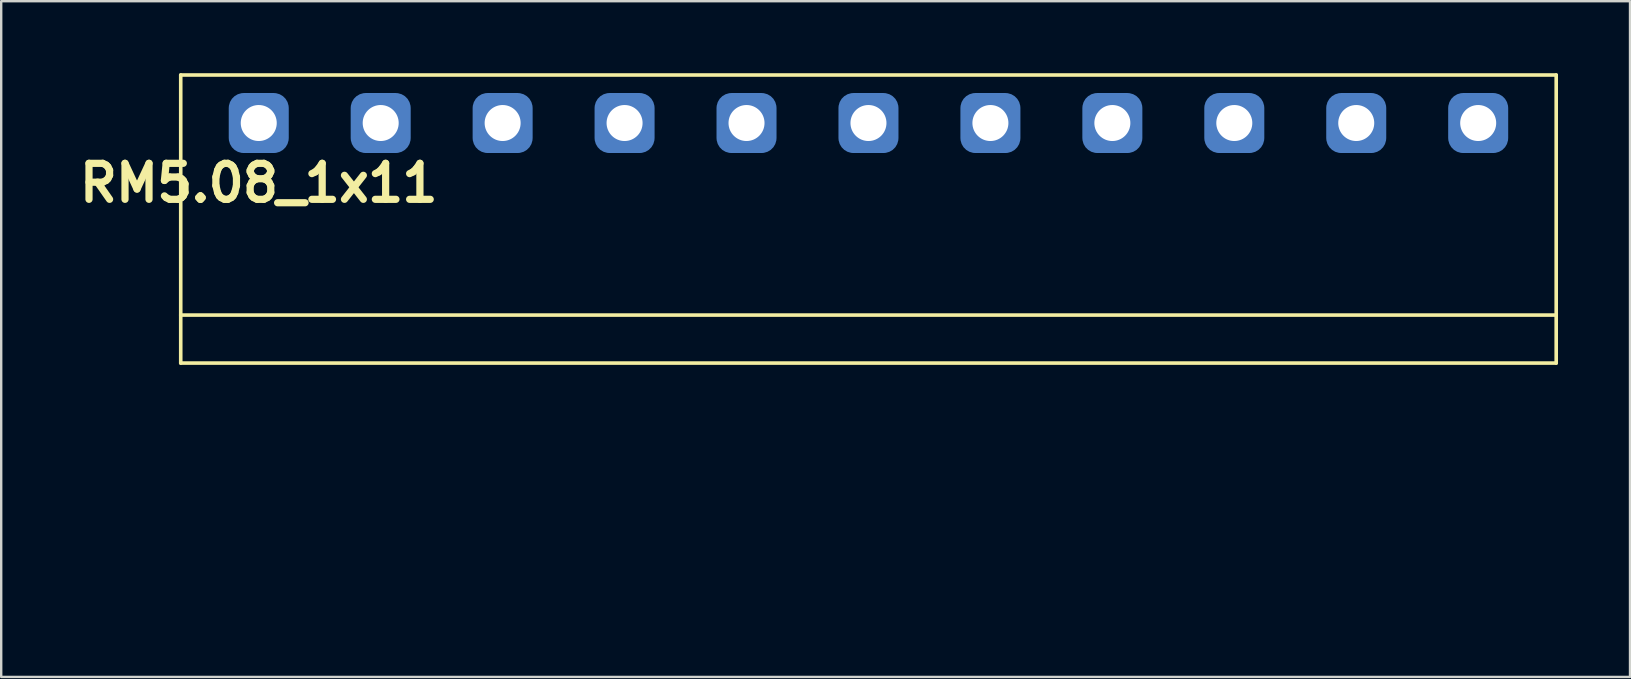
<source format=kicad_pcb>
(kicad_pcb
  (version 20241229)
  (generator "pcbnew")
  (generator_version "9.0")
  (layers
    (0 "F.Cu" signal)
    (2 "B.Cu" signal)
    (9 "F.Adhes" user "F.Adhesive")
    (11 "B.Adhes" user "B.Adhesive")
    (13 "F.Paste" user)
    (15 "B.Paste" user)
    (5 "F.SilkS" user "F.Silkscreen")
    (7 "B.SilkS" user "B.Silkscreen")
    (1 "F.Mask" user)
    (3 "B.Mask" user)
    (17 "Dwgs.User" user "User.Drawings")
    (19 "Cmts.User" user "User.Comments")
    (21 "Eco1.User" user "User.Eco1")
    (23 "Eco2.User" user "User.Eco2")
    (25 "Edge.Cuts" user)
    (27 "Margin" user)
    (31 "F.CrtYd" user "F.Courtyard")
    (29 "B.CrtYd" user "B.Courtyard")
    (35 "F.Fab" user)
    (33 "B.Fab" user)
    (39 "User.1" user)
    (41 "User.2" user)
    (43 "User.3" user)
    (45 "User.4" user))
  (footprint "RM5.08_1x11"
    (layer "F.Cu")
    (at 7.729 2.075)
    (property "Reference" "RM5.08_1x11" (at 0 2.5 0) (layer "F.SilkS") (effects (font (size 1.5 1.5) (thickness 0.3))))
    (attr through_hole)
    (fp_line (start -3.25 -2) (end 54.05 -2) (stroke (width 0.15) (type solid)) (layer "F.SilkS"))
    (fp_line (start -3.25 8) (end 54.05 8) (stroke (width 0.15) (type solid)) (layer "F.SilkS"))
    (fp_line (start -3.25 10) (end -3.25 -2) (stroke (width 0.15) (type solid)) (layer "F.SilkS"))
    (fp_line (start -3.25 10) (end 54.05 10) (stroke (width 0.15) (type solid)) (layer "F.SilkS"))
    (fp_line (start 54.05 10) (end 54.05 -2) (stroke (width 0.15) (type solid)) (layer "F.SilkS"))
    (fp_line (start -2.54 20) (end -2.54 10) (stroke (width 0.15) (type solid)) (layer "Margin"))
    (fp_line (start -2.54 20) (end 53.34 20) (stroke (width 0.15) (type solid)) (layer "Margin"))
    (fp_line (start -1.5 14) (end 1.5 14) (stroke (width 0.15) (type solid)) (layer "Margin"))
    (fp_line (start 3.58 14) (end 6.58 14) (stroke (width 0.15) (type solid)) (layer "Margin"))
    (fp_line (start 8.66 14) (end 11.66 14) (stroke (width 0.15) (type solid)) (layer "Margin"))
    (fp_line (start 13.74 14) (end 16.74 14) (stroke (width 0.15) (type solid)) (layer "Margin"))
    (fp_line (start 18.82 14) (end 21.82 14) (stroke (width 0.15) (type solid)) (layer "Margin"))
    (fp_line (start 23.9 14) (end 26.9 14) (stroke (width 0.15) (type solid)) (layer "Margin"))
    (fp_line (start 28.98 14) (end 31.98 14) (stroke (width 0.15) (type solid)) (layer "Margin"))
    (fp_line (start 34.06 14) (end 37.06 14) (stroke (width 0.15) (type solid)) (layer "Margin"))
    (fp_line (start 39.14 14) (end 42.14 14) (stroke (width 0.15) (type solid)) (layer "Margin"))
    (fp_line (start 44.22 14) (end 47.22 14) (stroke (width 0.15) (type solid)) (layer "Margin"))
    (fp_line (start 49.3 14) (end 52.3 14) (stroke (width 0.15) (type solid)) (layer "Margin"))
    (fp_line (start 53.34 20) (end 53.34 10) (stroke (width 0.15) (type solid)) (layer "Margin"))
    (fp_circle (center 0 14) (end 0 12.5) (stroke (width 0.15) (type solid)) (fill no) (layer "Margin"))
    (fp_circle (center 5.08 14) (end 5.08 12.5) (stroke (width 0.15) (type solid)) (fill no) (layer "Margin"))
    (fp_circle (center 10.16 14) (end 10.16 12.5) (stroke (width 0.15) (type solid)) (fill no) (layer "Margin"))
    (fp_circle (center 15.24 14) (end 15.24 12.5) (stroke (width 0.15) (type solid)) (fill no) (layer "Margin"))
    (fp_circle (center 20.32 14) (end 20.32 12.5) (stroke (width 0.15) (type solid)) (fill no) (layer "Margin"))
    (fp_circle (center 25.4 14) (end 25.4 12.5) (stroke (width 0.15) (type solid)) (fill no) (layer "Margin"))
    (fp_circle (center 30.48 14) (end 30.48 12.5) (stroke (width 0.15) (type solid)) (fill no) (layer "Margin"))
    (fp_circle (center 35.56 14) (end 35.56 12.5) (stroke (width 0.15) (type solid)) (fill no) (layer "Margin"))
    (fp_circle (center 40.64 14) (end 40.64 12.5) (stroke (width 0.15) (type solid)) (fill no) (layer "Margin"))
    (fp_circle (center 45.72 14) (end 45.72 12.5) (stroke (width 0.15) (type solid)) (fill no) (layer "Margin"))
    (fp_circle (center 50.8 14) (end 50.8 12.5) (stroke (width 0.15) (type solid)) (fill no) (layer "Margin"))
    (pad "1" thru_hole circle (at 0 0) (size 1.8 1.8) (drill 1.5) (layers "*.Cu" "*.Mask"))
    (pad "1" smd roundrect (at 0 0) (size 2.5 2.5) (layers "B.Cu" "B.Mask") (roundrect_rratio 0.25))
    (pad "2" thru_hole circle (at 5.08 0) (size 1.8 1.8) (drill 1.5) (layers "*.Cu" "*.Mask"))
    (pad "2" smd roundrect (at 5.08 0) (size 2.5 2.5) (layers "B.Cu" "B.Mask") (roundrect_rratio 0.25))
    (pad "3" thru_hole circle (at 10.16 0) (size 1.8 1.8) (drill 1.5) (layers "*.Cu" "*.Mask"))
    (pad "3" smd roundrect (at 10.16 0) (size 2.5 2.5) (layers "B.Cu" "B.Mask") (roundrect_rratio 0.25))
    (pad "4" thru_hole circle (at 15.24 0) (size 1.8 1.8) (drill 1.5) (layers "*.Cu" "*.Mask"))
    (pad "4" smd roundrect (at 15.24 0) (size 2.5 2.5) (layers "B.Cu" "B.Mask") (roundrect_rratio 0.25))
    (pad "5" thru_hole circle (at 20.32 0) (size 1.8 1.8) (drill 1.5) (layers "*.Cu" "*.Mask"))
    (pad "5" smd roundrect (at 20.32 0) (size 2.5 2.5) (layers "B.Cu" "B.Mask") (roundrect_rratio 0.25))
    (pad "6" thru_hole circle (at 25.4 0) (size 1.8 1.8) (drill 1.5) (layers "*.Cu" "*.Mask"))
    (pad "6" smd roundrect (at 25.4 0) (size 2.5 2.5) (layers "B.Cu" "B.Mask") (roundrect_rratio 0.25))
    (pad "7" thru_hole circle (at 30.48 0) (size 1.8 1.8) (drill 1.5) (layers "*.Cu" "*.Mask"))
    (pad "7" smd roundrect (at 30.48 0) (size 2.5 2.5) (layers "B.Cu" "B.Mask") (roundrect_rratio 0.25))
    (pad "8" thru_hole circle (at 35.56 0) (size 1.8 1.8) (drill 1.5) (layers "*.Cu" "*.Mask"))
    (pad "8" smd roundrect (at 35.56 0) (size 2.5 2.5) (layers "B.Cu" "B.Mask") (roundrect_rratio 0.25))
    (pad "9" thru_hole circle (at 40.64 0) (size 1.8 1.8) (drill 1.5) (layers "*.Cu" "*.Mask"))
    (pad "9" smd roundrect (at 40.64 0) (size 2.5 2.5) (layers "B.Cu" "B.Mask") (roundrect_rratio 0.25))
    (pad "10" thru_hole circle (at 45.72 0) (size 1.8 1.8) (drill 1.5) (layers "*.Cu" "*.Mask"))
    (pad "10" smd roundrect (at 45.72 0) (size 2.5 2.5) (layers "B.Cu" "B.Mask") (roundrect_rratio 0.25))
    (pad "11" thru_hole circle (at 50.8 0) (size 1.8 1.8) (drill 1.5) (layers "*.Cu" "*.Mask"))
    (pad "11" smd roundrect (at 50.8 0) (size 2.5 2.5) (layers "B.Cu" "B.Mask") (roundrect_rratio 0.25)))
  (gr_rect
    (start -3 -3)
    (end 64.854 25.15)
    (stroke (width 0.1) (type default))
    (fill no)
    (layer "Edge.Cuts")))
</source>
